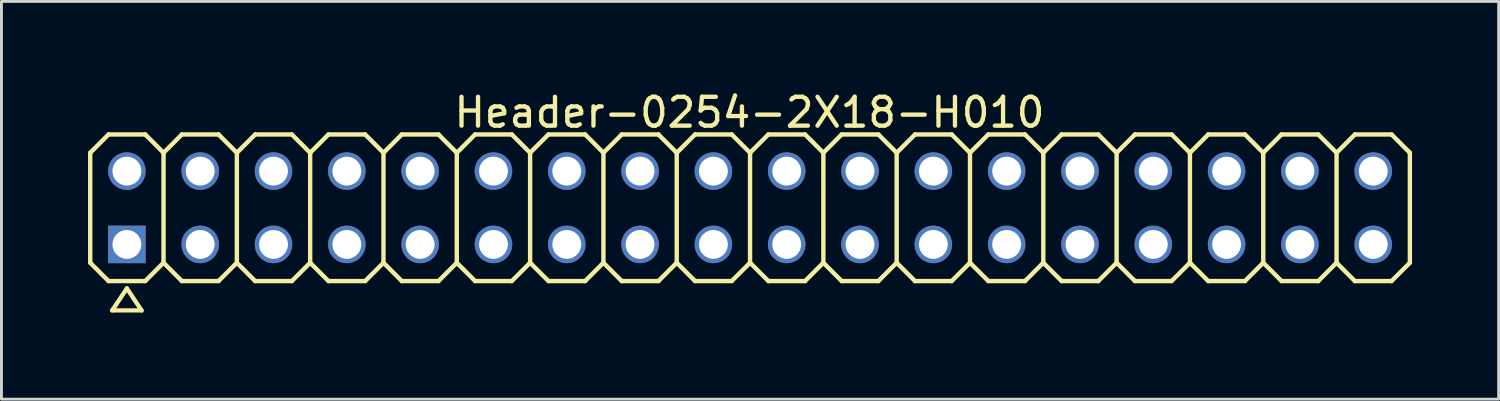
<source format=kicad_pcb>
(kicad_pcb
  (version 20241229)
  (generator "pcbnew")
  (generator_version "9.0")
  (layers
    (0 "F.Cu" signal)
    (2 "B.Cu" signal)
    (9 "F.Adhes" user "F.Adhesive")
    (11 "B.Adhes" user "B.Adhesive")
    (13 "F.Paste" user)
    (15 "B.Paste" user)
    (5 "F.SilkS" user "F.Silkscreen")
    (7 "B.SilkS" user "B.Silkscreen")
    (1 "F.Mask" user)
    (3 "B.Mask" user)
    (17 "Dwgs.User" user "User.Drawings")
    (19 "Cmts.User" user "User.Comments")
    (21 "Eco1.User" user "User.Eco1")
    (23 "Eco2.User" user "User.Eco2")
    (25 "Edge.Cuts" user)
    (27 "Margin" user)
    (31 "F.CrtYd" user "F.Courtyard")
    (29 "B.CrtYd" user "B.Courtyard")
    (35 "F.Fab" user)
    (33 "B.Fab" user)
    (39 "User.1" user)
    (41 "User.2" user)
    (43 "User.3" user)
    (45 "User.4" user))
  (footprint "Header-0254-2X18-H010"
    (layer "F.Cu")
    (at 22.936 4.148)
    (property "Reference" "Header-0254-2X18-H010" (at -0.02 -3.3 0) (layer "F.SilkS") (effects (font (size 1 1) (thickness 0.15))))
    (attr exclude_from_pos_files exclude_from_bom)
    (fp_line (start -22.86 -1.905) (end -22.225 -2.54) (stroke (width 0.152) (type solid)) (layer "F.SilkS"))
    (fp_line (start -22.86 1.905) (end -22.86 -1.905) (stroke (width 0.152) (type solid)) (layer "F.SilkS"))
    (fp_line (start -22.86 1.905) (end -22.225 2.54) (stroke (width 0.152) (type solid)) (layer "F.SilkS"))
    (fp_line (start -22.225 -2.54) (end -20.955 -2.54) (stroke (width 0.152) (type solid)) (layer "F.SilkS"))
    (fp_line (start -22.225 2.54) (end -20.955 2.54) (stroke (width 0.152) (type solid)) (layer "F.SilkS"))
    (fp_line (start -22.098 3.556) (end -21.082 3.556) (stroke (width 0.15) (type solid)) (layer "F.SilkS"))
    (fp_line (start -21.59 2.794) (end -22.098 3.556) (stroke (width 0.15) (type solid)) (layer "F.SilkS"))
    (fp_line (start -21.082 3.556) (end -21.59 2.794) (stroke (width 0.15) (type solid)) (layer "F.SilkS"))
    (fp_line (start -20.955 -2.54) (end -20.32 -1.905) (stroke (width 0.152) (type solid)) (layer "F.SilkS"))
    (fp_line (start -20.955 2.54) (end -20.32 1.905) (stroke (width 0.152) (type solid)) (layer "F.SilkS"))
    (fp_line (start -20.32 -1.905) (end -20.32 1.905) (stroke (width 0.152) (type solid)) (layer "F.SilkS"))
    (fp_line (start -20.32 -1.905) (end -19.685 -2.54) (stroke (width 0.152) (type solid)) (layer "F.SilkS"))
    (fp_line (start -20.32 1.905) (end -19.685 2.54) (stroke (width 0.152) (type solid)) (layer "F.SilkS"))
    (fp_line (start -19.685 -2.54) (end -18.415 -2.54) (stroke (width 0.152) (type solid)) (layer "F.SilkS"))
    (fp_line (start -19.685 2.54) (end -18.415 2.54) (stroke (width 0.152) (type solid)) (layer "F.SilkS"))
    (fp_line (start -18.415 -2.54) (end -17.78 -1.905) (stroke (width 0.152) (type solid)) (layer "F.SilkS"))
    (fp_line (start -18.415 2.54) (end -17.78 1.905) (stroke (width 0.152) (type solid)) (layer "F.SilkS"))
    (fp_line (start -17.78 -1.905) (end -17.78 1.905) (stroke (width 0.152) (type solid)) (layer "F.SilkS"))
    (fp_line (start -17.78 -1.905) (end -17.145 -2.54) (stroke (width 0.152) (type solid)) (layer "F.SilkS"))
    (fp_line (start -17.78 1.905) (end -17.145 2.54) (stroke (width 0.152) (type solid)) (layer "F.SilkS"))
    (fp_line (start -17.145 -2.54) (end -15.875 -2.54) (stroke (width 0.152) (type solid)) (layer "F.SilkS"))
    (fp_line (start -17.145 2.54) (end -15.875 2.54) (stroke (width 0.152) (type solid)) (layer "F.SilkS"))
    (fp_line (start -15.875 -2.54) (end -15.24 -1.905) (stroke (width 0.152) (type solid)) (layer "F.SilkS"))
    (fp_line (start -15.875 2.54) (end -15.24 1.905) (stroke (width 0.152) (type solid)) (layer "F.SilkS"))
    (fp_line (start -15.24 -1.905) (end -15.24 1.905) (stroke (width 0.152) (type solid)) (layer "F.SilkS"))
    (fp_line (start -15.24 -1.905) (end -14.605 -2.54) (stroke (width 0.152) (type solid)) (layer "F.SilkS"))
    (fp_line (start -15.24 1.905) (end -14.605 2.54) (stroke (width 0.152) (type solid)) (layer "F.SilkS"))
    (fp_line (start -14.605 -2.54) (end -13.335 -2.54) (stroke (width 0.152) (type solid)) (layer "F.SilkS"))
    (fp_line (start -14.605 2.54) (end -13.335 2.54) (stroke (width 0.152) (type solid)) (layer "F.SilkS"))
    (fp_line (start -13.335 -2.54) (end -12.7 -1.905) (stroke (width 0.152) (type solid)) (layer "F.SilkS"))
    (fp_line (start -13.335 2.54) (end -12.7 1.905) (stroke (width 0.152) (type solid)) (layer "F.SilkS"))
    (fp_line (start -12.7 -1.905) (end -12.7 1.905) (stroke (width 0.152) (type solid)) (layer "F.SilkS"))
    (fp_line (start -12.7 -1.905) (end -12.065 -2.54) (stroke (width 0.152) (type solid)) (layer "F.SilkS"))
    (fp_line (start -12.7 1.905) (end -12.065 2.54) (stroke (width 0.152) (type solid)) (layer "F.SilkS"))
    (fp_line (start -12.065 -2.54) (end -10.795 -2.54) (stroke (width 0.152) (type solid)) (layer "F.SilkS"))
    (fp_line (start -12.065 2.54) (end -10.795 2.54) (stroke (width 0.152) (type solid)) (layer "F.SilkS"))
    (fp_line (start -10.795 -2.54) (end -10.16 -1.905) (stroke (width 0.152) (type solid)) (layer "F.SilkS"))
    (fp_line (start -10.795 2.54) (end -10.16 1.905) (stroke (width 0.152) (type solid)) (layer "F.SilkS"))
    (fp_line (start -10.16 -1.905) (end -10.16 1.905) (stroke (width 0.152) (type solid)) (layer "F.SilkS"))
    (fp_line (start -10.16 -1.905) (end -9.525 -2.54) (stroke (width 0.152) (type solid)) (layer "F.SilkS"))
    (fp_line (start -10.16 1.905) (end -9.525 2.54) (stroke (width 0.152) (type solid)) (layer "F.SilkS"))
    (fp_line (start -9.525 -2.54) (end -8.255 -2.54) (stroke (width 0.152) (type solid)) (layer "F.SilkS"))
    (fp_line (start -9.525 2.54) (end -8.255 2.54) (stroke (width 0.152) (type solid)) (layer "F.SilkS"))
    (fp_line (start -8.255 -2.54) (end -7.62 -1.905) (stroke (width 0.152) (type solid)) (layer "F.SilkS"))
    (fp_line (start -8.255 2.54) (end -7.62 1.905) (stroke (width 0.152) (type solid)) (layer "F.SilkS"))
    (fp_line (start -7.62 -1.905) (end -7.62 1.905) (stroke (width 0.152) (type solid)) (layer "F.SilkS"))
    (fp_line (start -7.62 -1.905) (end -6.985 -2.54) (stroke (width 0.152) (type solid)) (layer "F.SilkS"))
    (fp_line (start -7.62 1.905) (end -6.985 2.54) (stroke (width 0.152) (type solid)) (layer "F.SilkS"))
    (fp_line (start -6.985 -2.54) (end -5.715 -2.54) (stroke (width 0.152) (type solid)) (layer "F.SilkS"))
    (fp_line (start -5.715 -2.54) (end -5.08 -1.905) (stroke (width 0.152) (type solid)) (layer "F.SilkS"))
    (fp_line (start -5.715 2.54) (end -6.985 2.54) (stroke (width 0.152) (type solid)) (layer "F.SilkS"))
    (fp_line (start -5.08 -1.905) (end -5.08 1.905) (stroke (width 0.152) (type solid)) (layer "F.SilkS"))
    (fp_line (start -5.08 -1.905) (end -4.445 -2.54) (stroke (width 0.152) (type solid)) (layer "F.SilkS"))
    (fp_line (start -5.08 1.905) (end -5.715 2.54) (stroke (width 0.152) (type solid)) (layer "F.SilkS"))
    (fp_line (start -5.08 1.905) (end -4.445 2.54) (stroke (width 0.152) (type solid)) (layer "F.SilkS"))
    (fp_line (start -4.445 -2.54) (end -3.175 -2.54) (stroke (width 0.152) (type solid)) (layer "F.SilkS"))
    (fp_line (start -3.175 -2.54) (end -2.54 -1.905) (stroke (width 0.152) (type solid)) (layer "F.SilkS"))
    (fp_line (start -3.175 2.54) (end -4.445 2.54) (stroke (width 0.152) (type solid)) (layer "F.SilkS"))
    (fp_line (start -2.54 -1.905) (end -2.54 1.905) (stroke (width 0.152) (type solid)) (layer "F.SilkS"))
    (fp_line (start -2.54 -1.905) (end -1.905 -2.54) (stroke (width 0.152) (type solid)) (layer "F.SilkS"))
    (fp_line (start -2.54 1.905) (end -3.175 2.54) (stroke (width 0.152) (type solid)) (layer "F.SilkS"))
    (fp_line (start -2.54 1.905) (end -1.905 2.54) (stroke (width 0.152) (type solid)) (layer "F.SilkS"))
    (fp_line (start -1.905 -2.54) (end -0.635 -2.54) (stroke (width 0.152) (type solid)) (layer "F.SilkS"))
    (fp_line (start -0.635 -2.54) (end 0 -1.905) (stroke (width 0.152) (type solid)) (layer "F.SilkS"))
    (fp_line (start -0.635 2.54) (end -1.905 2.54) (stroke (width 0.152) (type solid)) (layer "F.SilkS"))
    (fp_line (start 0 -1.905) (end 0 1.905) (stroke (width 0.152) (type solid)) (layer "F.SilkS"))
    (fp_line (start 0 -1.905) (end 0.635 -2.54) (stroke (width 0.152) (type solid)) (layer "F.SilkS"))
    (fp_line (start 0 1.905) (end -0.635 2.54) (stroke (width 0.152) (type solid)) (layer "F.SilkS"))
    (fp_line (start 0 1.905) (end 0.635 2.54) (stroke (width 0.152) (type solid)) (layer "F.SilkS"))
    (fp_line (start 0.635 -2.54) (end 1.905 -2.54) (stroke (width 0.152) (type solid)) (layer "F.SilkS"))
    (fp_line (start 1.905 -2.54) (end 2.54 -1.905) (stroke (width 0.152) (type solid)) (layer "F.SilkS"))
    (fp_line (start 1.905 2.54) (end 0.635 2.54) (stroke (width 0.152) (type solid)) (layer "F.SilkS"))
    (fp_line (start 2.54 -1.905) (end 2.54 1.905) (stroke (width 0.152) (type solid)) (layer "F.SilkS"))
    (fp_line (start 2.54 -1.905) (end 3.175 -2.54) (stroke (width 0.152) (type solid)) (layer "F.SilkS"))
    (fp_line (start 2.54 1.905) (end 1.905 2.54) (stroke (width 0.152) (type solid)) (layer "F.SilkS"))
    (fp_line (start 2.54 1.905) (end 3.175 2.54) (stroke (width 0.152) (type solid)) (layer "F.SilkS"))
    (fp_line (start 3.175 -2.54) (end 4.445 -2.54) (stroke (width 0.152) (type solid)) (layer "F.SilkS"))
    (fp_line (start 4.445 -2.54) (end 5.08 -1.905) (stroke (width 0.152) (type solid)) (layer "F.SilkS"))
    (fp_line (start 4.445 2.54) (end 3.175 2.54) (stroke (width 0.152) (type solid)) (layer "F.SilkS"))
    (fp_line (start 5.08 -1.905) (end 5.08 1.905) (stroke (width 0.152) (type solid)) (layer "F.SilkS"))
    (fp_line (start 5.08 -1.905) (end 5.715 -2.54) (stroke (width 0.152) (type solid)) (layer "F.SilkS"))
    (fp_line (start 5.08 1.905) (end 4.445 2.54) (stroke (width 0.152) (type solid)) (layer "F.SilkS"))
    (fp_line (start 5.08 1.905) (end 5.715 2.54) (stroke (width 0.152) (type solid)) (layer "F.SilkS"))
    (fp_line (start 5.715 -2.54) (end 6.985 -2.54) (stroke (width 0.152) (type solid)) (layer "F.SilkS"))
    (fp_line (start 6.985 2.54) (end 5.715 2.54) (stroke (width 0.152) (type solid)) (layer "F.SilkS"))
    (fp_line (start 7.62 -1.905) (end 6.985 -2.54) (stroke (width 0.152) (type solid)) (layer "F.SilkS"))
    (fp_line (start 7.62 -1.905) (end 7.62 1.905) (stroke (width 0.152) (type solid)) (layer "F.SilkS"))
    (fp_line (start 7.62 -1.905) (end 8.255 -2.54) (stroke (width 0.152) (type solid)) (layer "F.SilkS"))
    (fp_line (start 7.62 1.905) (end 6.985 2.54) (stroke (width 0.152) (type solid)) (layer "F.SilkS"))
    (fp_line (start 7.62 1.905) (end 8.255 2.54) (stroke (width 0.152) (type solid)) (layer "F.SilkS"))
    (fp_line (start 9.525 -2.54) (end 8.255 -2.54) (stroke (width 0.152) (type solid)) (layer "F.SilkS"))
    (fp_line (start 9.525 -2.54) (end 10.16 -1.905) (stroke (width 0.152) (type solid)) (layer "F.SilkS"))
    (fp_line (start 9.525 2.54) (end 8.255 2.54) (stroke (width 0.152) (type solid)) (layer "F.SilkS"))
    (fp_line (start 10.16 -1.905) (end 10.16 1.905) (stroke (width 0.152) (type solid)) (layer "F.SilkS"))
    (fp_line (start 10.16 -1.905) (end 10.795 -2.54) (stroke (width 0.152) (type solid)) (layer "F.SilkS"))
    (fp_line (start 10.16 1.905) (end 9.525 2.54) (stroke (width 0.152) (type solid)) (layer "F.SilkS"))
    (fp_line (start 10.16 1.905) (end 10.795 2.54) (stroke (width 0.152) (type solid)) (layer "F.SilkS"))
    (fp_line (start 12.065 -2.54) (end 10.795 -2.54) (stroke (width 0.152) (type solid)) (layer "F.SilkS"))
    (fp_line (start 12.065 -2.54) (end 12.7 -1.905) (stroke (width 0.152) (type solid)) (layer "F.SilkS"))
    (fp_line (start 12.065 2.54) (end 10.795 2.54) (stroke (width 0.152) (type solid)) (layer "F.SilkS"))
    (fp_line (start 12.7 -1.905) (end 12.7 1.905) (stroke (width 0.152) (type solid)) (layer "F.SilkS"))
    (fp_line (start 12.7 -1.905) (end 13.335 -2.54) (stroke (width 0.152) (type solid)) (layer "F.SilkS"))
    (fp_line (start 12.7 1.905) (end 12.065 2.54) (stroke (width 0.152) (type solid)) (layer "F.SilkS"))
    (fp_line (start 13.335 2.54) (end 12.7 1.905) (stroke (width 0.152) (type solid)) (layer "F.SilkS"))
    (fp_line (start 13.335 2.54) (end 14.605 2.54) (stroke (width 0.152) (type solid)) (layer "F.SilkS"))
    (fp_line (start 14.605 -2.54) (end 13.335 -2.54) (stroke (width 0.152) (type solid)) (layer "F.SilkS"))
    (fp_line (start 14.605 -2.54) (end 15.24 -1.905) (stroke (width 0.152) (type solid)) (layer "F.SilkS"))
    (fp_line (start 15.24 -1.905) (end 15.24 1.905) (stroke (width 0.152) (type solid)) (layer "F.SilkS"))
    (fp_line (start 15.24 -1.905) (end 15.875 -2.54) (stroke (width 0.152) (type solid)) (layer "F.SilkS"))
    (fp_line (start 15.24 1.905) (end 14.605 2.54) (stroke (width 0.152) (type solid)) (layer "F.SilkS"))
    (fp_line (start 15.875 2.54) (end 15.24 1.905) (stroke (width 0.152) (type solid)) (layer "F.SilkS"))
    (fp_line (start 15.875 2.54) (end 17.145 2.54) (stroke (width 0.152) (type solid)) (layer "F.SilkS"))
    (fp_line (start 17.145 -2.54) (end 15.875 -2.54) (stroke (width 0.152) (type solid)) (layer "F.SilkS"))
    (fp_line (start 17.145 -2.54) (end 17.78 -1.905) (stroke (width 0.152) (type solid)) (layer "F.SilkS"))
    (fp_line (start 17.78 -1.905) (end 17.78 1.905) (stroke (width 0.152) (type solid)) (layer "F.SilkS"))
    (fp_line (start 17.78 -1.905) (end 18.415 -2.54) (stroke (width 0.152) (type solid)) (layer "F.SilkS"))
    (fp_line (start 17.78 1.905) (end 17.145 2.54) (stroke (width 0.152) (type solid)) (layer "F.SilkS"))
    (fp_line (start 17.78 1.905) (end 18.415 2.54) (stroke (width 0.152) (type solid)) (layer "F.SilkS"))
    (fp_line (start 19.685 -2.54) (end 18.415 -2.54) (stroke (width 0.152) (type solid)) (layer "F.SilkS"))
    (fp_line (start 19.685 -2.54) (end 20.32 -1.905) (stroke (width 0.152) (type solid)) (layer "F.SilkS"))
    (fp_line (start 19.685 2.54) (end 18.415 2.54) (stroke (width 0.152) (type solid)) (layer "F.SilkS"))
    (fp_line (start 20.32 -1.905) (end 20.32 1.905) (stroke (width 0.152) (type solid)) (layer "F.SilkS"))
    (fp_line (start 20.32 -1.905) (end 20.955 -2.54) (stroke (width 0.152) (type solid)) (layer "F.SilkS"))
    (fp_line (start 20.32 1.905) (end 19.685 2.54) (stroke (width 0.152) (type solid)) (layer "F.SilkS"))
    (fp_line (start 20.32 1.905) (end 20.955 2.54) (stroke (width 0.152) (type solid)) (layer "F.SilkS"))
    (fp_line (start 22.225 -2.54) (end 20.955 -2.54) (stroke (width 0.152) (type solid)) (layer "F.SilkS"))
    (fp_line (start 22.225 -2.54) (end 22.86 -1.905) (stroke (width 0.152) (type solid)) (layer "F.SilkS"))
    (fp_line (start 22.225 2.54) (end 20.955 2.54) (stroke (width 0.152) (type solid)) (layer "F.SilkS"))
    (fp_line (start 22.86 -1.905) (end 22.86 1.905) (stroke (width 0.152) (type solid)) (layer "F.SilkS"))
    (fp_line (start 22.86 1.905) (end 22.225 2.54) (stroke (width 0.152) (type solid)) (layer "F.SilkS"))
    (pad "1" thru_hole rect (at -21.59 1.27) (size 1.3 1.3) (drill 1) (layers "*.Cu" "*.Mask"))
    (pad "2" thru_hole circle (at -21.59 -1.27) (size 1.3 1.3) (drill 1) (layers "*.Cu" "*.Mask"))
    (pad "3" thru_hole circle (at -19.05 1.27) (size 1.3 1.3) (drill 1) (layers "*.Cu" "*.Mask"))
    (pad "4" thru_hole circle (at -19.05 -1.27) (size 1.3 1.3) (drill 1) (layers "*.Cu" "*.Mask"))
    (pad "5" thru_hole circle (at -16.51 1.27) (size 1.3 1.3) (drill 1) (layers "*.Cu" "*.Mask"))
    (pad "6" thru_hole circle (at -16.51 -1.27) (size 1.3 1.3) (drill 1) (layers "*.Cu" "*.Mask"))
    (pad "7" thru_hole circle (at -13.97 1.27) (size 1.3 1.3) (drill 1) (layers "*.Cu" "*.Mask"))
    (pad "8" thru_hole circle (at -13.97 -1.27) (size 1.3 1.3) (drill 1) (layers "*.Cu" "*.Mask"))
    (pad "9" thru_hole circle (at -11.43 1.27) (size 1.3 1.3) (drill 1) (layers "*.Cu" "*.Mask"))
    (pad "10" thru_hole circle (at -11.43 -1.27) (size 1.3 1.3) (drill 1) (layers "*.Cu" "*.Mask"))
    (pad "11" thru_hole circle (at -8.89 1.27) (size 1.3 1.3) (drill 1) (layers "*.Cu" "*.Mask"))
    (pad "12" thru_hole circle (at -8.89 -1.27) (size 1.3 1.3) (drill 1) (layers "*.Cu" "*.Mask"))
    (pad "13" thru_hole circle (at -6.35 1.27) (size 1.3 1.3) (drill 1) (layers "*.Cu" "*.Mask"))
    (pad "14" thru_hole circle (at -6.35 -1.27) (size 1.3 1.3) (drill 1) (layers "*.Cu" "*.Mask"))
    (pad "15" thru_hole circle (at -3.81 1.27) (size 1.3 1.3) (drill 1) (layers "*.Cu" "*.Mask"))
    (pad "16" thru_hole circle (at -3.81 -1.27) (size 1.3 1.3) (drill 1) (layers "*.Cu" "*.Mask"))
    (pad "17" thru_hole circle (at -1.27 1.27) (size 1.3 1.3) (drill 1) (layers "*.Cu" "*.Mask"))
    (pad "18" thru_hole circle (at -1.27 -1.27) (size 1.3 1.3) (drill 1) (layers "*.Cu" "*.Mask"))
    (pad "19" thru_hole circle (at 1.27 1.27) (size 1.3 1.3) (drill 1) (layers "*.Cu" "*.Mask"))
    (pad "20" thru_hole circle (at 1.27 -1.27) (size 1.3 1.3) (drill 1) (layers "*.Cu" "*.Mask"))
    (pad "21" thru_hole circle (at 3.81 1.27) (size 1.3 1.3) (drill 1) (layers "*.Cu" "*.Mask"))
    (pad "22" thru_hole circle (at 3.81 -1.27) (size 1.3 1.3) (drill 1) (layers "*.Cu" "*.Mask"))
    (pad "23" thru_hole circle (at 6.35 1.27) (size 1.3 1.3) (drill 1) (layers "*.Cu" "*.Mask"))
    (pad "24" thru_hole circle (at 6.35 -1.27) (size 1.3 1.3) (drill 1) (layers "*.Cu" "*.Mask"))
    (pad "25" thru_hole circle (at 8.89 1.27) (size 1.3 1.3) (drill 1) (layers "*.Cu" "*.Mask"))
    (pad "26" thru_hole circle (at 8.89 -1.27) (size 1.3 1.3) (drill 1) (layers "*.Cu" "*.Mask"))
    (pad "27" thru_hole circle (at 11.43 1.27) (size 1.3 1.3) (drill 1) (layers "*.Cu" "*.Mask"))
    (pad "28" thru_hole circle (at 11.43 -1.27) (size 1.3 1.3) (drill 1) (layers "*.Cu" "*.Mask"))
    (pad "29" thru_hole circle (at 13.97 1.27) (size 1.3 1.3) (drill 1) (layers "*.Cu" "*.Mask"))
    (pad "30" thru_hole circle (at 13.97 -1.27) (size 1.3 1.3) (drill 1) (layers "*.Cu" "*.Mask"))
    (pad "31" thru_hole circle (at 16.51 1.27) (size 1.3 1.3) (drill 1) (layers "*.Cu" "*.Mask"))
    (pad "32" thru_hole circle (at 16.51 -1.27) (size 1.3 1.3) (drill 1) (layers "*.Cu" "*.Mask"))
    (pad "33" thru_hole circle (at 19.05 1.27) (size 1.3 1.3) (drill 1) (layers "*.Cu" "*.Mask"))
    (pad "34" thru_hole circle (at 19.05 -1.27) (size 1.3 1.3) (drill 1) (layers "*.Cu" "*.Mask"))
    (pad "35" thru_hole circle (at 21.59 1.27) (size 1.3 1.3) (drill 1) (layers "*.Cu" "*.Mask"))
    (pad "36" thru_hole circle (at 21.59 -1.27) (size 1.3 1.3) (drill 1) (layers "*.Cu" "*.Mask")))
  (gr_rect
    (start -3 -3)
    (end 48.872 10.779)
    (stroke (width 0.1) (type default))
    (fill no)
    (layer "Edge.Cuts")))
</source>
